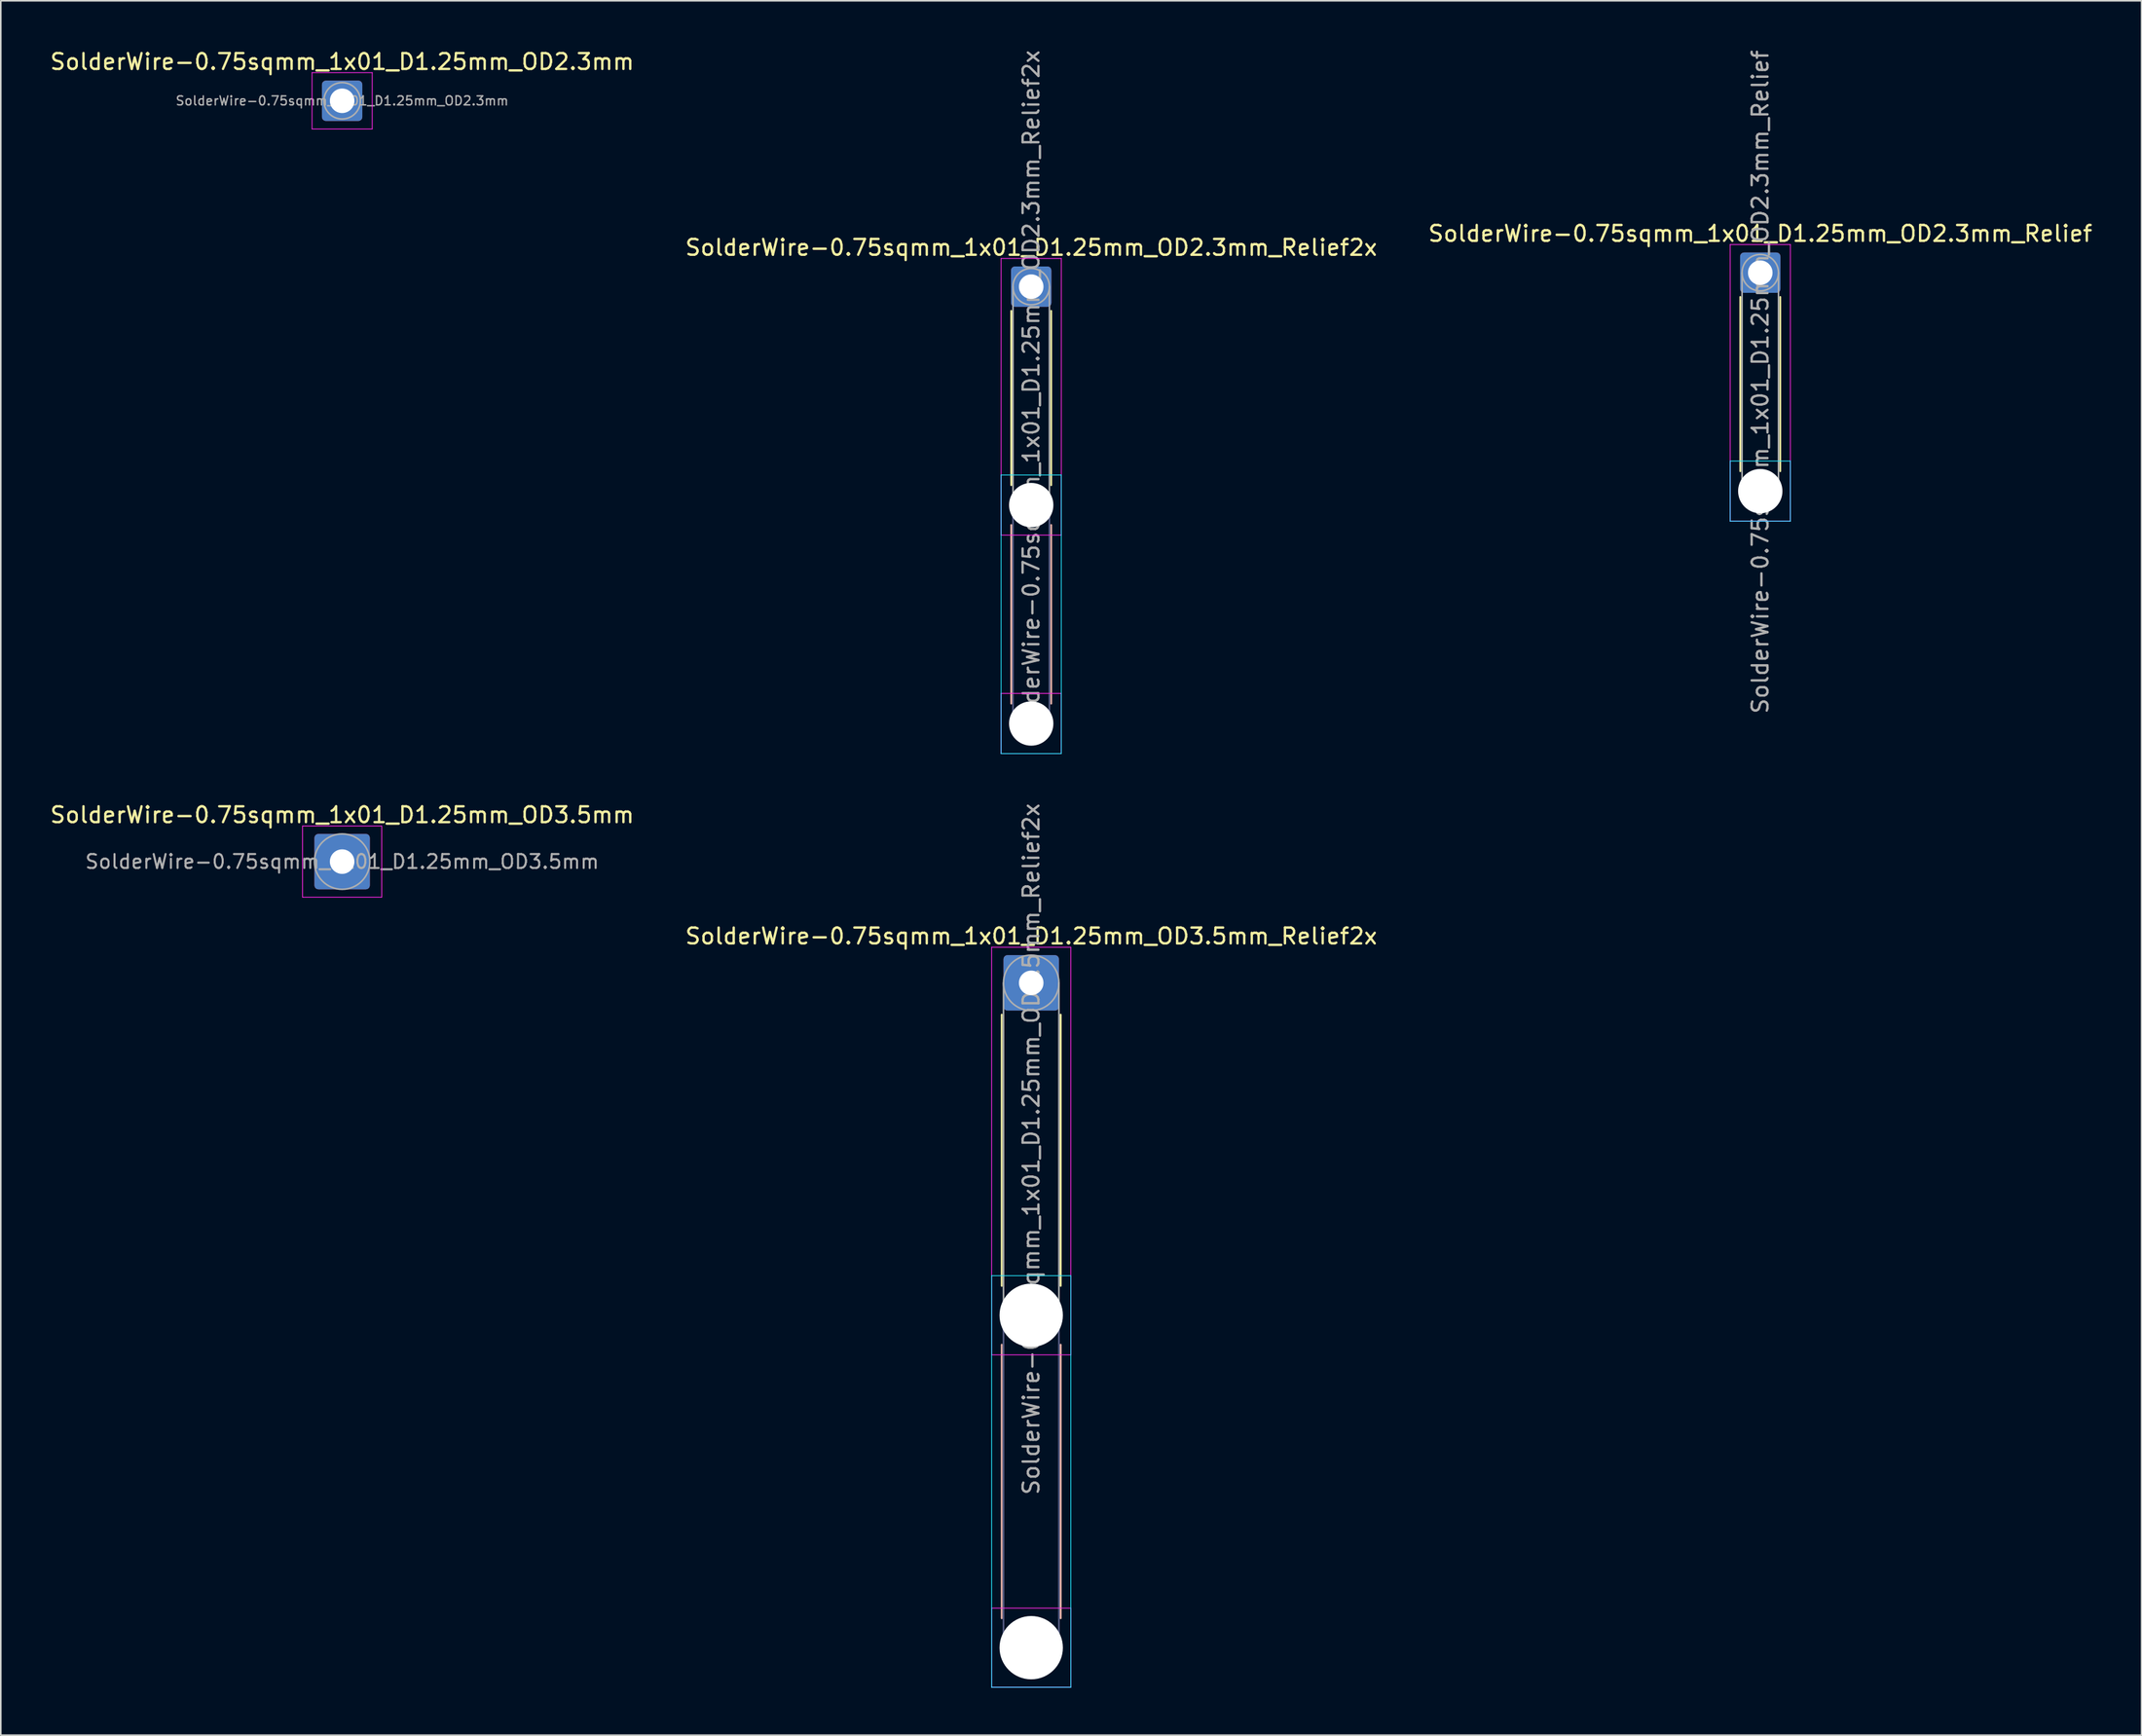
<source format=kicad_pcb>
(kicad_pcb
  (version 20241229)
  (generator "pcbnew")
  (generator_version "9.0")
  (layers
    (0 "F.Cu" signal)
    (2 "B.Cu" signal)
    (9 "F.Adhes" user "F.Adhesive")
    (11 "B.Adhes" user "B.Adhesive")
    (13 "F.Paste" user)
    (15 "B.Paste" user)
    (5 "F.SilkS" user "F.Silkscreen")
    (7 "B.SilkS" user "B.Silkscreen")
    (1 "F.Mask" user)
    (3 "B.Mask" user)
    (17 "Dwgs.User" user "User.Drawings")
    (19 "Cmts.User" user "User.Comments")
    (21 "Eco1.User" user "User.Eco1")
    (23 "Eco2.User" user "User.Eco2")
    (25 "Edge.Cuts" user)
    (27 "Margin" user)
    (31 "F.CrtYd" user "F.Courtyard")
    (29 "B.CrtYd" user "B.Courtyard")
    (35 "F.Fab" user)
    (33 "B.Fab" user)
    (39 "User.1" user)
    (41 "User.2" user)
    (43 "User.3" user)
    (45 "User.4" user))
  (footprint "SolderWire-0.75sqmm_1x01_D1.25mm_OD3.5mm"
    (layer "F.Cu")
    (at 18.554 51.382)
    (property "Reference" "SolderWire-0.75sqmm_1x01_D1.25mm_OD3.5mm" (at 0 -2.95 0) (layer "F.SilkS") (effects (font (size 1 1) (thickness 0.15))))
    (attr exclude_from_pos_files exclude_from_bom)
    (fp_line (start -2.5 -2.25) (end -2.5 2.25) (stroke (width 0.05) (type solid)) (layer "F.CrtYd"))
    (fp_line (start -2.5 2.25) (end 2.5 2.25) (stroke (width 0.05) (type solid)) (layer "F.CrtYd"))
    (fp_line (start 2.5 -2.25) (end -2.5 -2.25) (stroke (width 0.05) (type solid)) (layer "F.CrtYd"))
    (fp_line (start 2.5 2.25) (end 2.5 -2.25) (stroke (width 0.05) (type solid)) (layer "F.CrtYd"))
    (fp_circle (center 0 0) (end 1.75 0) (stroke (width 0.1) (type solid)) (fill no) (layer "F.Fab"))
    (fp_text user "${REFERENCE}" (at 0 0 0) (layer "F.Fab") (effects (font (size 0.88 0.88) (thickness 0.13))))
    (pad "1" thru_hole roundrect (at 0 0) (size 3.5 3.5) (drill 1.55) (layers "*.Cu" "*.Mask") (roundrect_rratio 0.071)))
  (footprint "SolderWire-0.75sqmm_1x01_D1.25mm_OD3.5mm_Relief2x"
    (layer "F.Cu")
    (at 62.065 59.042)
    (property "Reference" "SolderWire-0.75sqmm_1x01_D1.25mm_OD3.5mm_Relief2x" (at 0 -2.95 0) (layer "F.SilkS") (effects (font (size 1 1) (thickness 0.15))))
    (attr exclude_from_pos_files exclude_from_bom)
    (fp_line (start -1.86 2.01) (end -1.86 19.14) (stroke (width 0.12) (type solid)) (layer "F.SilkS"))
    (fp_line (start 1.86 2.01) (end 1.86 19.14) (stroke (width 0.12) (type solid)) (layer "F.SilkS"))
    (fp_line (start -1.86 22.86) (end -1.86 40.14) (stroke (width 0.12) (type solid)) (layer "B.SilkS"))
    (fp_line (start 1.86 22.86) (end 1.86 40.14) (stroke (width 0.12) (type solid)) (layer "B.SilkS"))
    (fp_line (start -2.5 18.5) (end -2.5 44.5) (stroke (width 0.05) (type solid)) (layer "B.CrtYd"))
    (fp_line (start -2.5 44.5) (end 2.5 44.5) (stroke (width 0.05) (type solid)) (layer "B.CrtYd"))
    (fp_line (start 2.5 18.5) (end -2.5 18.5) (stroke (width 0.05) (type solid)) (layer "B.CrtYd"))
    (fp_line (start 2.5 44.5) (end 2.5 18.5) (stroke (width 0.05) (type solid)) (layer "B.CrtYd"))
    (fp_line (start -2.5 -2.25) (end -2.5 23.5) (stroke (width 0.05) (type solid)) (layer "F.CrtYd"))
    (fp_line (start -2.5 23.5) (end 2.5 23.5) (stroke (width 0.05) (type solid)) (layer "F.CrtYd"))
    (fp_line (start -2.5 39.5) (end -2.5 44.5) (stroke (width 0.05) (type solid)) (layer "F.CrtYd"))
    (fp_line (start -2.5 44.5) (end 2.5 44.5) (stroke (width 0.05) (type solid)) (layer "F.CrtYd"))
    (fp_line (start 2.5 -2.25) (end -2.5 -2.25) (stroke (width 0.05) (type solid)) (layer "F.CrtYd"))
    (fp_line (start 2.5 23.5) (end 2.5 -2.25) (stroke (width 0.05) (type solid)) (layer "F.CrtYd"))
    (fp_line (start 2.5 39.5) (end -2.5 39.5) (stroke (width 0.05) (type solid)) (layer "F.CrtYd"))
    (fp_line (start 2.5 44.5) (end 2.5 39.5) (stroke (width 0.05) (type solid)) (layer "F.CrtYd"))
    (fp_line (start -1.75 21) (end -1.75 42) (stroke (width 0.1) (type solid)) (layer "B.Fab"))
    (fp_line (start 1.75 21) (end 1.75 42) (stroke (width 0.1) (type solid)) (layer "B.Fab"))
    (fp_circle (center 0 21) (end 1.75 21) (stroke (width 0.1) (type solid)) (fill no) (layer "B.Fab"))
    (fp_circle (center 0 42) (end 1.75 42) (stroke (width 0.1) (type solid)) (fill no) (layer "B.Fab"))
    (fp_line (start -1.75 0) (end -1.75 21) (stroke (width 0.1) (type solid)) (layer "F.Fab"))
    (fp_line (start 1.75 0) (end 1.75 21) (stroke (width 0.1) (type solid)) (layer "F.Fab"))
    (fp_circle (center 0 0) (end 1.75 0) (stroke (width 0.1) (type solid)) (fill no) (layer "F.Fab"))
    (fp_circle (center 0 21) (end 1.75 21) (stroke (width 0.1) (type solid)) (fill no) (layer "F.Fab"))
    (fp_circle (center 0 42) (end 1.75 42) (stroke (width 0.1) (type solid)) (fill no) (layer "F.Fab"))
    (fp_text user "${REFERENCE}" (at 0 10.5 90) (layer "F.Fab") (effects (font (size 1 1) (thickness 0.15))))
    (pad "" np_thru_hole circle (at 0 21) (size 4 4) (drill 4) (layers "*.Cu" "*.Mask"))
    (pad "" np_thru_hole circle (at 0 42) (size 4 4) (drill 4) (layers "*.Cu" "*.Mask"))
    (pad "1" thru_hole roundrect (at 0 0) (size 3.5 3.5) (drill 1.55) (layers "*.Cu" "*.Mask") (roundrect_rratio 0.071)))
  (footprint "SolderWire-0.75sqmm_1x01_D1.25mm_OD2.3mm"
    (layer "F.Cu")
    (at 18.554 3.318)
    (property "Reference" "SolderWire-0.75sqmm_1x01_D1.25mm_OD2.3mm" (at 0 -2.47 0) (layer "F.SilkS") (effects (font (size 1 1) (thickness 0.15))))
    (attr exclude_from_pos_files exclude_from_bom)
    (fp_line (start -1.9 -1.78) (end -1.9 1.78) (stroke (width 0.05) (type solid)) (layer "F.CrtYd"))
    (fp_line (start -1.9 1.78) (end 1.9 1.78) (stroke (width 0.05) (type solid)) (layer "F.CrtYd"))
    (fp_line (start 1.9 -1.78) (end -1.9 -1.78) (stroke (width 0.05) (type solid)) (layer "F.CrtYd"))
    (fp_line (start 1.9 1.78) (end 1.9 -1.78) (stroke (width 0.05) (type solid)) (layer "F.CrtYd"))
    (fp_circle (center 0 0) (end 1.15 0) (stroke (width 0.1) (type solid)) (fill no) (layer "F.Fab"))
    (fp_text user "${REFERENCE}" (at 0 0 0) (layer "F.Fab") (effects (font (size 0.57 0.57) (thickness 0.09))))
    (pad "1" thru_hole roundrect (at 0 0) (size 2.55 2.55) (drill 1.55) (layers "*.Cu" "*.Mask") (roundrect_rratio 0.098)))
  (footprint "SolderWire-0.75sqmm_1x01_D1.25mm_OD2.3mm_Relief2x"
    (layer "F.Cu")
    (at 62.065 15.058)
    (property "Reference" "SolderWire-0.75sqmm_1x01_D1.25mm_OD2.3mm_Relief2x" (at 0 -2.47 0) (layer "F.SilkS") (effects (font (size 1 1) (thickness 0.15))))
    (attr exclude_from_pos_files exclude_from_bom)
    (fp_line (start -1.26 1.535) (end -1.26 12.54) (stroke (width 0.12) (type solid)) (layer "F.SilkS"))
    (fp_line (start 1.26 1.535) (end 1.26 12.54) (stroke (width 0.12) (type solid)) (layer "F.SilkS"))
    (fp_line (start -1.26 15.06) (end -1.26 26.34) (stroke (width 0.12) (type solid)) (layer "B.SilkS"))
    (fp_line (start 1.26 15.06) (end 1.26 26.34) (stroke (width 0.12) (type solid)) (layer "B.SilkS"))
    (fp_line (start -1.9 11.9) (end -1.9 29.5) (stroke (width 0.05) (type solid)) (layer "B.CrtYd"))
    (fp_line (start -1.9 29.5) (end 1.9 29.5) (stroke (width 0.05) (type solid)) (layer "B.CrtYd"))
    (fp_line (start 1.9 11.9) (end -1.9 11.9) (stroke (width 0.05) (type solid)) (layer "B.CrtYd"))
    (fp_line (start 1.9 29.5) (end 1.9 11.9) (stroke (width 0.05) (type solid)) (layer "B.CrtYd"))
    (fp_line (start -1.9 -1.78) (end -1.9 15.7) (stroke (width 0.05) (type solid)) (layer "F.CrtYd"))
    (fp_line (start -1.9 15.7) (end 1.9 15.7) (stroke (width 0.05) (type solid)) (layer "F.CrtYd"))
    (fp_line (start -1.9 25.7) (end -1.9 29.5) (stroke (width 0.05) (type solid)) (layer "F.CrtYd"))
    (fp_line (start -1.9 29.5) (end 1.9 29.5) (stroke (width 0.05) (type solid)) (layer "F.CrtYd"))
    (fp_line (start 1.9 -1.78) (end -1.9 -1.78) (stroke (width 0.05) (type solid)) (layer "F.CrtYd"))
    (fp_line (start 1.9 15.7) (end 1.9 -1.78) (stroke (width 0.05) (type solid)) (layer "F.CrtYd"))
    (fp_line (start 1.9 25.7) (end -1.9 25.7) (stroke (width 0.05) (type solid)) (layer "F.CrtYd"))
    (fp_line (start 1.9 29.5) (end 1.9 25.7) (stroke (width 0.05) (type solid)) (layer "F.CrtYd"))
    (fp_line (start -1.15 13.8) (end -1.15 27.6) (stroke (width 0.1) (type solid)) (layer "B.Fab"))
    (fp_line (start 1.15 13.8) (end 1.15 27.6) (stroke (width 0.1) (type solid)) (layer "B.Fab"))
    (fp_circle (center 0 13.8) (end 1.15 13.8) (stroke (width 0.1) (type solid)) (fill no) (layer "B.Fab"))
    (fp_circle (center 0 27.6) (end 1.15 27.6) (stroke (width 0.1) (type solid)) (fill no) (layer "B.Fab"))
    (fp_line (start -1.15 0) (end -1.15 13.8) (stroke (width 0.1) (type solid)) (layer "F.Fab"))
    (fp_line (start 1.15 0) (end 1.15 13.8) (stroke (width 0.1) (type solid)) (layer "F.Fab"))
    (fp_circle (center 0 0) (end 1.15 0) (stroke (width 0.1) (type solid)) (fill no) (layer "F.Fab"))
    (fp_circle (center 0 13.8) (end 1.15 13.8) (stroke (width 0.1) (type solid)) (fill no) (layer "F.Fab"))
    (fp_circle (center 0 27.6) (end 1.15 27.6) (stroke (width 0.1) (type solid)) (fill no) (layer "F.Fab"))
    (fp_text user "${REFERENCE}" (at 0 6.9 90) (layer "F.Fab") (effects (font (size 1 1) (thickness 0.15))))
    (pad "" np_thru_hole circle (at 0 13.8) (size 2.8 2.8) (drill 2.8) (layers "*.Cu" "*.Mask"))
    (pad "" np_thru_hole circle (at 0 27.6) (size 2.8 2.8) (drill 2.8) (layers "*.Cu" "*.Mask"))
    (pad "1" thru_hole roundrect (at 0 0) (size 2.55 2.55) (drill 1.55) (layers "*.Cu" "*.Mask") (roundrect_rratio 0.098)))
  (footprint "SolderWire-0.75sqmm_1x01_D1.25mm_OD2.3mm_Relief"
    (layer "F.Cu")
    (at 108.101 14.177)
    (property "Reference" "SolderWire-0.75sqmm_1x01_D1.25mm_OD2.3mm_Relief" (at 0 -2.47 0) (layer "F.SilkS") (effects (font (size 1 1) (thickness 0.15))))
    (attr exclude_from_pos_files exclude_from_bom)
    (fp_line (start -1.26 1.535) (end -1.26 12.54) (stroke (width 0.12) (type solid)) (layer "F.SilkS"))
    (fp_line (start 1.26 1.535) (end 1.26 12.54) (stroke (width 0.12) (type solid)) (layer "F.SilkS"))
    (fp_line (start -1.9 11.9) (end -1.9 15.7) (stroke (width 0.05) (type solid)) (layer "B.CrtYd"))
    (fp_line (start -1.9 15.7) (end 1.9 15.7) (stroke (width 0.05) (type solid)) (layer "B.CrtYd"))
    (fp_line (start 1.9 11.9) (end -1.9 11.9) (stroke (width 0.05) (type solid)) (layer "B.CrtYd"))
    (fp_line (start 1.9 15.7) (end 1.9 11.9) (stroke (width 0.05) (type solid)) (layer "B.CrtYd"))
    (fp_line (start -1.9 -1.78) (end -1.9 15.7) (stroke (width 0.05) (type solid)) (layer "F.CrtYd"))
    (fp_line (start -1.9 15.7) (end 1.9 15.7) (stroke (width 0.05) (type solid)) (layer "F.CrtYd"))
    (fp_line (start 1.9 -1.78) (end -1.9 -1.78) (stroke (width 0.05) (type solid)) (layer "F.CrtYd"))
    (fp_line (start 1.9 15.7) (end 1.9 -1.78) (stroke (width 0.05) (type solid)) (layer "F.CrtYd"))
    (fp_line (start -1.15 0) (end -1.15 13.8) (stroke (width 0.1) (type solid)) (layer "F.Fab"))
    (fp_line (start 1.15 0) (end 1.15 13.8) (stroke (width 0.1) (type solid)) (layer "F.Fab"))
    (fp_circle (center 0 0) (end 1.15 0) (stroke (width 0.1) (type solid)) (fill no) (layer "F.Fab"))
    (fp_circle (center 0 13.8) (end 1.15 13.8) (stroke (width 0.1) (type solid)) (fill no) (layer "F.Fab"))
    (fp_text user "${REFERENCE}" (at 0 6.9 90) (layer "F.Fab") (effects (font (size 1 1) (thickness 0.15))))
    (pad "" np_thru_hole circle (at 0 13.8) (size 2.8 2.8) (drill 2.8) (layers "*.Cu" "*.Mask"))
    (pad "1" thru_hole roundrect (at 0 0) (size 2.55 2.55) (drill 1.55) (layers "*.Cu" "*.Mask") (roundrect_rratio 0.098)))
  (gr_rect
    (start -3 -3)
    (end 132.179 106.567)
    (stroke (width 0.1) (type default))
    (fill no)
    (layer "Edge.Cuts")))
</source>
